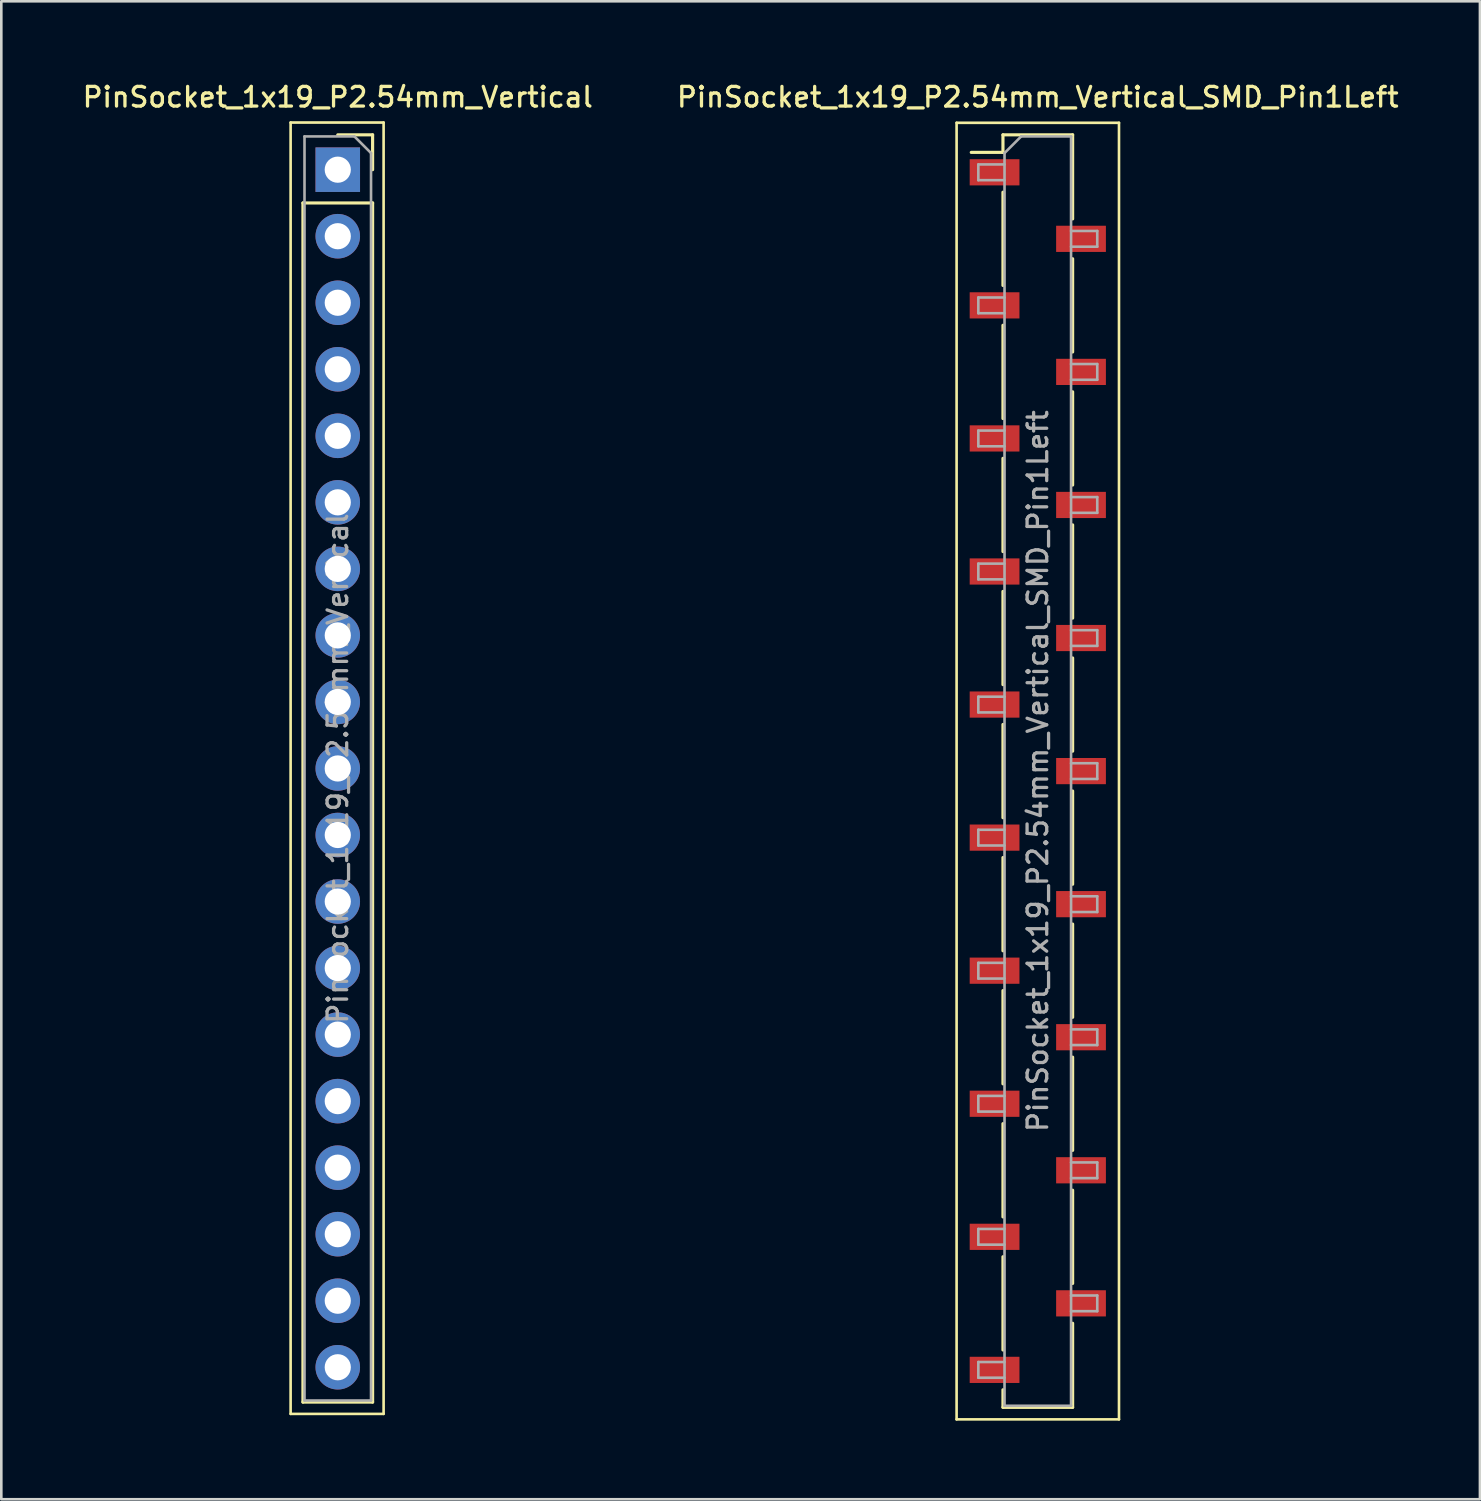
<source format=kicad_pcb>
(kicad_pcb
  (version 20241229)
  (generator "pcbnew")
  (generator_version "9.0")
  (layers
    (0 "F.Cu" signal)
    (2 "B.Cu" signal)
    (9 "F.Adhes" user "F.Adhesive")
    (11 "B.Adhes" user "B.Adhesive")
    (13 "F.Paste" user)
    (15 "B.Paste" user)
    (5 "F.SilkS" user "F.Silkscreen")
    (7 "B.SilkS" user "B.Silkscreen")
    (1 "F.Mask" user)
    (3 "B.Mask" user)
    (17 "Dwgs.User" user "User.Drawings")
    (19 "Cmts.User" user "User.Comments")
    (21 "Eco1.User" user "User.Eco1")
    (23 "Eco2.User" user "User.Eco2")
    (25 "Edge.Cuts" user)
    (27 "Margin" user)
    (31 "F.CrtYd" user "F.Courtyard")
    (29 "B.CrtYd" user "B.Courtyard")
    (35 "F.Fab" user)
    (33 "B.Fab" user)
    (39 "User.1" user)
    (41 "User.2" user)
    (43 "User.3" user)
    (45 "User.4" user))
  (footprint "PinSocket_1x19_P2.54mm_Vertical_SMD_Pin1Left"
    (layer "F.Cu")
    (at 36.57 26.388)
    (property "Reference" "PinSocket_1x19_P2.54mm_Vertical_SMD_Pin1Left" (at 0 -25.73 0) (layer "F.SilkS") (effects (font (size 0.75 0.75) (thickness 0.125))))
    (attr smd)
    (fp_line (start -3.1 -24.75) (end 3.1 -24.75) (stroke (width 0.1) (type solid)) (layer "F.SilkS"))
    (fp_line (start -3.1 24.75) (end -3.1 -24.75) (stroke (width 0.1) (type solid)) (layer "F.SilkS"))
    (fp_line (start -2.54 -23.62) (end -1.33 -23.62) (stroke (width 0.12) (type solid)) (layer "F.SilkS"))
    (fp_line (start -1.33 -24.29) (end -1.33 -23.62) (stroke (width 0.12) (type solid)) (layer "F.SilkS"))
    (fp_line (start -1.33 -24.29) (end 1.33 -24.29) (stroke (width 0.12) (type solid)) (layer "F.SilkS"))
    (fp_line (start -1.33 -22.1) (end -1.33 -18.54) (stroke (width 0.12) (type solid)) (layer "F.SilkS"))
    (fp_line (start -1.33 -17.02) (end -1.33 -13.46) (stroke (width 0.12) (type solid)) (layer "F.SilkS"))
    (fp_line (start -1.33 -11.94) (end -1.33 -8.38) (stroke (width 0.12) (type solid)) (layer "F.SilkS"))
    (fp_line (start -1.33 -6.86) (end -1.33 -3.3) (stroke (width 0.12) (type solid)) (layer "F.SilkS"))
    (fp_line (start -1.33 -1.78) (end -1.33 1.78) (stroke (width 0.12) (type solid)) (layer "F.SilkS"))
    (fp_line (start -1.33 3.3) (end -1.33 6.86) (stroke (width 0.12) (type solid)) (layer "F.SilkS"))
    (fp_line (start -1.33 8.38) (end -1.33 11.94) (stroke (width 0.12) (type solid)) (layer "F.SilkS"))
    (fp_line (start -1.33 13.46) (end -1.33 17.02) (stroke (width 0.12) (type solid)) (layer "F.SilkS"))
    (fp_line (start -1.33 18.54) (end -1.33 22.1) (stroke (width 0.12) (type solid)) (layer "F.SilkS"))
    (fp_line (start -1.33 23.62) (end -1.33 24.29) (stroke (width 0.12) (type solid)) (layer "F.SilkS"))
    (fp_line (start -1.33 24.29) (end 1.33 24.29) (stroke (width 0.12) (type solid)) (layer "F.SilkS"))
    (fp_line (start 1.33 -24.29) (end 1.33 -21.08) (stroke (width 0.12) (type solid)) (layer "F.SilkS"))
    (fp_line (start 1.33 -19.56) (end 1.33 -16) (stroke (width 0.12) (type solid)) (layer "F.SilkS"))
    (fp_line (start 1.33 -14.48) (end 1.33 -10.92) (stroke (width 0.12) (type solid)) (layer "F.SilkS"))
    (fp_line (start 1.33 -9.4) (end 1.33 -5.84) (stroke (width 0.12) (type solid)) (layer "F.SilkS"))
    (fp_line (start 1.33 -4.32) (end 1.33 -0.76) (stroke (width 0.12) (type solid)) (layer "F.SilkS"))
    (fp_line (start 1.33 0.76) (end 1.33 4.32) (stroke (width 0.12) (type solid)) (layer "F.SilkS"))
    (fp_line (start 1.33 5.84) (end 1.33 9.4) (stroke (width 0.12) (type solid)) (layer "F.SilkS"))
    (fp_line (start 1.33 10.92) (end 1.33 14.48) (stroke (width 0.12) (type solid)) (layer "F.SilkS"))
    (fp_line (start 1.33 16) (end 1.33 19.56) (stroke (width 0.12) (type solid)) (layer "F.SilkS"))
    (fp_line (start 1.33 21.08) (end 1.33 24.29) (stroke (width 0.12) (type solid)) (layer "F.SilkS"))
    (fp_line (start 3.1 -24.75) (end 3.1 24.75) (stroke (width 0.1) (type solid)) (layer "F.SilkS"))
    (fp_line (start 3.1 24.75) (end -3.1 24.75) (stroke (width 0.1) (type solid)) (layer "F.SilkS"))
    (fp_line (start -2.27 -23.16) (end -1.27 -23.16) (stroke (width 0.1) (type solid)) (layer "F.Fab"))
    (fp_line (start -2.27 -22.56) (end -2.27 -23.16) (stroke (width 0.1) (type solid)) (layer "F.Fab"))
    (fp_line (start -2.27 -18.08) (end -1.27 -18.08) (stroke (width 0.1) (type solid)) (layer "F.Fab"))
    (fp_line (start -2.27 -17.48) (end -2.27 -18.08) (stroke (width 0.1) (type solid)) (layer "F.Fab"))
    (fp_line (start -2.27 -13) (end -1.27 -13) (stroke (width 0.1) (type solid)) (layer "F.Fab"))
    (fp_line (start -2.27 -12.4) (end -2.27 -13) (stroke (width 0.1) (type solid)) (layer "F.Fab"))
    (fp_line (start -2.27 -7.92) (end -1.27 -7.92) (stroke (width 0.1) (type solid)) (layer "F.Fab"))
    (fp_line (start -2.27 -7.32) (end -2.27 -7.92) (stroke (width 0.1) (type solid)) (layer "F.Fab"))
    (fp_line (start -2.27 -2.84) (end -1.27 -2.84) (stroke (width 0.1) (type solid)) (layer "F.Fab"))
    (fp_line (start -2.27 -2.24) (end -2.27 -2.84) (stroke (width 0.1) (type solid)) (layer "F.Fab"))
    (fp_line (start -2.27 2.24) (end -1.27 2.24) (stroke (width 0.1) (type solid)) (layer "F.Fab"))
    (fp_line (start -2.27 2.84) (end -2.27 2.24) (stroke (width 0.1) (type solid)) (layer "F.Fab"))
    (fp_line (start -2.27 7.32) (end -1.27 7.32) (stroke (width 0.1) (type solid)) (layer "F.Fab"))
    (fp_line (start -2.27 7.92) (end -2.27 7.32) (stroke (width 0.1) (type solid)) (layer "F.Fab"))
    (fp_line (start -2.27 12.4) (end -1.27 12.4) (stroke (width 0.1) (type solid)) (layer "F.Fab"))
    (fp_line (start -2.27 13) (end -2.27 12.4) (stroke (width 0.1) (type solid)) (layer "F.Fab"))
    (fp_line (start -2.27 17.48) (end -1.27 17.48) (stroke (width 0.1) (type solid)) (layer "F.Fab"))
    (fp_line (start -2.27 18.08) (end -2.27 17.48) (stroke (width 0.1) (type solid)) (layer "F.Fab"))
    (fp_line (start -2.27 22.56) (end -1.27 22.56) (stroke (width 0.1) (type solid)) (layer "F.Fab"))
    (fp_line (start -2.27 23.16) (end -2.27 22.56) (stroke (width 0.1) (type solid)) (layer "F.Fab"))
    (fp_line (start -1.27 -23.595) (end -0.635 -24.23) (stroke (width 0.1) (type solid)) (layer "F.Fab"))
    (fp_line (start -1.27 -22.56) (end -2.27 -22.56) (stroke (width 0.1) (type solid)) (layer "F.Fab"))
    (fp_line (start -1.27 -17.48) (end -2.27 -17.48) (stroke (width 0.1) (type solid)) (layer "F.Fab"))
    (fp_line (start -1.27 -12.4) (end -2.27 -12.4) (stroke (width 0.1) (type solid)) (layer "F.Fab"))
    (fp_line (start -1.27 -7.32) (end -2.27 -7.32) (stroke (width 0.1) (type solid)) (layer "F.Fab"))
    (fp_line (start -1.27 -2.24) (end -2.27 -2.24) (stroke (width 0.1) (type solid)) (layer "F.Fab"))
    (fp_line (start -1.27 2.84) (end -2.27 2.84) (stroke (width 0.1) (type solid)) (layer "F.Fab"))
    (fp_line (start -1.27 7.92) (end -2.27 7.92) (stroke (width 0.1) (type solid)) (layer "F.Fab"))
    (fp_line (start -1.27 13) (end -2.27 13) (stroke (width 0.1) (type solid)) (layer "F.Fab"))
    (fp_line (start -1.27 18.08) (end -2.27 18.08) (stroke (width 0.1) (type solid)) (layer "F.Fab"))
    (fp_line (start -1.27 23.16) (end -2.27 23.16) (stroke (width 0.1) (type solid)) (layer "F.Fab"))
    (fp_line (start -1.27 24.23) (end -1.27 -23.595) (stroke (width 0.1) (type solid)) (layer "F.Fab"))
    (fp_line (start -0.635 -24.23) (end 1.27 -24.23) (stroke (width 0.1) (type solid)) (layer "F.Fab"))
    (fp_line (start 1.27 -24.23) (end 1.27 24.23) (stroke (width 0.1) (type solid)) (layer "F.Fab"))
    (fp_line (start 1.27 -20.62) (end 2.27 -20.62) (stroke (width 0.1) (type solid)) (layer "F.Fab"))
    (fp_line (start 1.27 -15.54) (end 2.27 -15.54) (stroke (width 0.1) (type solid)) (layer "F.Fab"))
    (fp_line (start 1.27 -10.46) (end 2.27 -10.46) (stroke (width 0.1) (type solid)) (layer "F.Fab"))
    (fp_line (start 1.27 -5.38) (end 2.27 -5.38) (stroke (width 0.1) (type solid)) (layer "F.Fab"))
    (fp_line (start 1.27 -0.3) (end 2.27 -0.3) (stroke (width 0.1) (type solid)) (layer "F.Fab"))
    (fp_line (start 1.27 4.78) (end 2.27 4.78) (stroke (width 0.1) (type solid)) (layer "F.Fab"))
    (fp_line (start 1.27 9.86) (end 2.27 9.86) (stroke (width 0.1) (type solid)) (layer "F.Fab"))
    (fp_line (start 1.27 14.94) (end 2.27 14.94) (stroke (width 0.1) (type solid)) (layer "F.Fab"))
    (fp_line (start 1.27 20.02) (end 2.27 20.02) (stroke (width 0.1) (type solid)) (layer "F.Fab"))
    (fp_line (start 1.27 24.23) (end -1.27 24.23) (stroke (width 0.1) (type solid)) (layer "F.Fab"))
    (fp_line (start 2.27 -20.62) (end 2.27 -20.02) (stroke (width 0.1) (type solid)) (layer "F.Fab"))
    (fp_line (start 2.27 -20.02) (end 1.27 -20.02) (stroke (width 0.1) (type solid)) (layer "F.Fab"))
    (fp_line (start 2.27 -15.54) (end 2.27 -14.94) (stroke (width 0.1) (type solid)) (layer "F.Fab"))
    (fp_line (start 2.27 -14.94) (end 1.27 -14.94) (stroke (width 0.1) (type solid)) (layer "F.Fab"))
    (fp_line (start 2.27 -10.46) (end 2.27 -9.86) (stroke (width 0.1) (type solid)) (layer "F.Fab"))
    (fp_line (start 2.27 -9.86) (end 1.27 -9.86) (stroke (width 0.1) (type solid)) (layer "F.Fab"))
    (fp_line (start 2.27 -5.38) (end 2.27 -4.78) (stroke (width 0.1) (type solid)) (layer "F.Fab"))
    (fp_line (start 2.27 -4.78) (end 1.27 -4.78) (stroke (width 0.1) (type solid)) (layer "F.Fab"))
    (fp_line (start 2.27 -0.3) (end 2.27 0.3) (stroke (width 0.1) (type solid)) (layer "F.Fab"))
    (fp_line (start 2.27 0.3) (end 1.27 0.3) (stroke (width 0.1) (type solid)) (layer "F.Fab"))
    (fp_line (start 2.27 4.78) (end 2.27 5.38) (stroke (width 0.1) (type solid)) (layer "F.Fab"))
    (fp_line (start 2.27 5.38) (end 1.27 5.38) (stroke (width 0.1) (type solid)) (layer "F.Fab"))
    (fp_line (start 2.27 9.86) (end 2.27 10.46) (stroke (width 0.1) (type solid)) (layer "F.Fab"))
    (fp_line (start 2.27 10.46) (end 1.27 10.46) (stroke (width 0.1) (type solid)) (layer "F.Fab"))
    (fp_line (start 2.27 14.94) (end 2.27 15.54) (stroke (width 0.1) (type solid)) (layer "F.Fab"))
    (fp_line (start 2.27 15.54) (end 1.27 15.54) (stroke (width 0.1) (type solid)) (layer "F.Fab"))
    (fp_line (start 2.27 20.02) (end 2.27 20.62) (stroke (width 0.1) (type solid)) (layer "F.Fab"))
    (fp_line (start 2.27 20.62) (end 1.27 20.62) (stroke (width 0.1) (type solid)) (layer "F.Fab"))
    (fp_text user "${REFERENCE}" (at 0 0 90) (layer "F.Fab") (effects (font (size 0.75 0.75) (thickness 0.125))))
    (pad "1" smd rect (at -1.65 -22.86) (size 1.9 1) (layers "F.Cu" "F.Mask" "F.Paste"))
    (pad "2" smd rect (at 1.65 -20.32) (size 1.9 1) (layers "F.Cu" "F.Mask" "F.Paste"))
    (pad "3" smd rect (at -1.65 -17.78) (size 1.9 1) (layers "F.Cu" "F.Mask" "F.Paste"))
    (pad "4" smd rect (at 1.65 -15.24) (size 1.9 1) (layers "F.Cu" "F.Mask" "F.Paste"))
    (pad "5" smd rect (at -1.65 -12.7) (size 1.9 1) (layers "F.Cu" "F.Mask" "F.Paste"))
    (pad "6" smd rect (at 1.65 -10.16) (size 1.9 1) (layers "F.Cu" "F.Mask" "F.Paste"))
    (pad "7" smd rect (at -1.65 -7.62) (size 1.9 1) (layers "F.Cu" "F.Mask" "F.Paste"))
    (pad "8" smd rect (at 1.65 -5.08) (size 1.9 1) (layers "F.Cu" "F.Mask" "F.Paste"))
    (pad "9" smd rect (at -1.65 -2.54) (size 1.9 1) (layers "F.Cu" "F.Mask" "F.Paste"))
    (pad "10" smd rect (at 1.65 0) (size 1.9 1) (layers "F.Cu" "F.Mask" "F.Paste"))
    (pad "11" smd rect (at -1.65 2.54) (size 1.9 1) (layers "F.Cu" "F.Mask" "F.Paste"))
    (pad "12" smd rect (at 1.65 5.08) (size 1.9 1) (layers "F.Cu" "F.Mask" "F.Paste"))
    (pad "13" smd rect (at -1.65 7.62) (size 1.9 1) (layers "F.Cu" "F.Mask" "F.Paste"))
    (pad "14" smd rect (at 1.65 10.16) (size 1.9 1) (layers "F.Cu" "F.Mask" "F.Paste"))
    (pad "15" smd rect (at -1.65 12.7) (size 1.9 1) (layers "F.Cu" "F.Mask" "F.Paste"))
    (pad "16" smd rect (at 1.65 15.24) (size 1.9 1) (layers "F.Cu" "F.Mask" "F.Paste"))
    (pad "17" smd rect (at -1.65 17.78) (size 1.9 1) (layers "F.Cu" "F.Mask" "F.Paste"))
    (pad "18" smd rect (at 1.65 20.32) (size 1.9 1) (layers "F.Cu" "F.Mask" "F.Paste"))
    (pad "19" smd rect (at -1.65 22.86) (size 1.9 1) (layers "F.Cu" "F.Mask" "F.Paste")))
  (footprint "PinSocket_1x19_P2.54mm_Vertical"
    (layer "F.Cu")
    (at 9.845 3.428)
    (property "Reference" "PinSocket_1x19_P2.54mm_Vertical" (at 0 -2.77 0) (layer "F.SilkS") (effects (font (size 0.75 0.75) (thickness 0.125))))
    (attr through_hole)
    (fp_line (start -1.8 -1.8) (end 1.75 -1.8) (stroke (width 0.1) (type solid)) (layer "F.SilkS"))
    (fp_line (start -1.8 47.5) (end -1.8 -1.8) (stroke (width 0.1) (type solid)) (layer "F.SilkS"))
    (fp_line (start -1.33 1.27) (end -1.33 47.05) (stroke (width 0.12) (type solid)) (layer "F.SilkS"))
    (fp_line (start -1.33 1.27) (end 1.33 1.27) (stroke (width 0.12) (type solid)) (layer "F.SilkS"))
    (fp_line (start -1.33 47.05) (end 1.33 47.05) (stroke (width 0.12) (type solid)) (layer "F.SilkS"))
    (fp_line (start 0 -1.33) (end 1.33 -1.33) (stroke (width 0.12) (type solid)) (layer "F.SilkS"))
    (fp_line (start 1.33 -1.33) (end 1.33 0) (stroke (width 0.12) (type solid)) (layer "F.SilkS"))
    (fp_line (start 1.33 1.27) (end 1.33 47.05) (stroke (width 0.12) (type solid)) (layer "F.SilkS"))
    (fp_line (start 1.75 -1.8) (end 1.75 47.5) (stroke (width 0.1) (type solid)) (layer "F.SilkS"))
    (fp_line (start 1.75 47.5) (end -1.8 47.5) (stroke (width 0.1) (type solid)) (layer "F.SilkS"))
    (fp_line (start -1.27 -1.27) (end 0.635 -1.27) (stroke (width 0.1) (type solid)) (layer "F.Fab"))
    (fp_line (start -1.27 46.99) (end -1.27 -1.27) (stroke (width 0.1) (type solid)) (layer "F.Fab"))
    (fp_line (start 0.635 -1.27) (end 1.27 -0.635) (stroke (width 0.1) (type solid)) (layer "F.Fab"))
    (fp_line (start 1.27 -0.635) (end 1.27 46.99) (stroke (width 0.1) (type solid)) (layer "F.Fab"))
    (fp_line (start 1.27 46.99) (end -1.27 46.99) (stroke (width 0.1) (type solid)) (layer "F.Fab"))
    (fp_text user "${REFERENCE}" (at 0 22.86 90) (layer "F.Fab") (effects (font (size 0.75 0.75) (thickness 0.125))))
    (pad "1" thru_hole rect (at 0 0) (size 1.7 1.7) (drill 1) (layers "*.Cu" "*.Mask"))
    (pad "2" thru_hole oval (at 0 2.54) (size 1.7 1.7) (drill 1) (layers "*.Cu" "*.Mask"))
    (pad "3" thru_hole oval (at 0 5.08) (size 1.7 1.7) (drill 1) (layers "*.Cu" "*.Mask"))
    (pad "4" thru_hole oval (at 0 7.62) (size 1.7 1.7) (drill 1) (layers "*.Cu" "*.Mask"))
    (pad "5" thru_hole oval (at 0 10.16) (size 1.7 1.7) (drill 1) (layers "*.Cu" "*.Mask"))
    (pad "6" thru_hole oval (at 0 12.7) (size 1.7 1.7) (drill 1) (layers "*.Cu" "*.Mask"))
    (pad "7" thru_hole oval (at 0 15.24) (size 1.7 1.7) (drill 1) (layers "*.Cu" "*.Mask"))
    (pad "8" thru_hole oval (at 0 17.78) (size 1.7 1.7) (drill 1) (layers "*.Cu" "*.Mask"))
    (pad "9" thru_hole oval (at 0 20.32) (size 1.7 1.7) (drill 1) (layers "*.Cu" "*.Mask"))
    (pad "10" thru_hole oval (at 0 22.86) (size 1.7 1.7) (drill 1) (layers "*.Cu" "*.Mask"))
    (pad "11" thru_hole oval (at 0 25.4) (size 1.7 1.7) (drill 1) (layers "*.Cu" "*.Mask"))
    (pad "12" thru_hole oval (at 0 27.94) (size 1.7 1.7) (drill 1) (layers "*.Cu" "*.Mask"))
    (pad "13" thru_hole oval (at 0 30.48) (size 1.7 1.7) (drill 1) (layers "*.Cu" "*.Mask"))
    (pad "14" thru_hole oval (at 0 33.02) (size 1.7 1.7) (drill 1) (layers "*.Cu" "*.Mask"))
    (pad "15" thru_hole oval (at 0 35.56) (size 1.7 1.7) (drill 1) (layers "*.Cu" "*.Mask"))
    (pad "16" thru_hole oval (at 0 38.1) (size 1.7 1.7) (drill 1) (layers "*.Cu" "*.Mask"))
    (pad "17" thru_hole oval (at 0 40.64) (size 1.7 1.7) (drill 1) (layers "*.Cu" "*.Mask"))
    (pad "18" thru_hole oval (at 0 43.18) (size 1.7 1.7) (drill 1) (layers "*.Cu" "*.Mask"))
    (pad "19" thru_hole oval (at 0 45.72) (size 1.7 1.7) (drill 1) (layers "*.Cu" "*.Mask")))
  (gr_rect
    (start -3 -3)
    (end 53.45 54.188)
    (stroke (width 0.1) (type default))
    (fill no)
    (layer "Edge.Cuts")))
</source>
